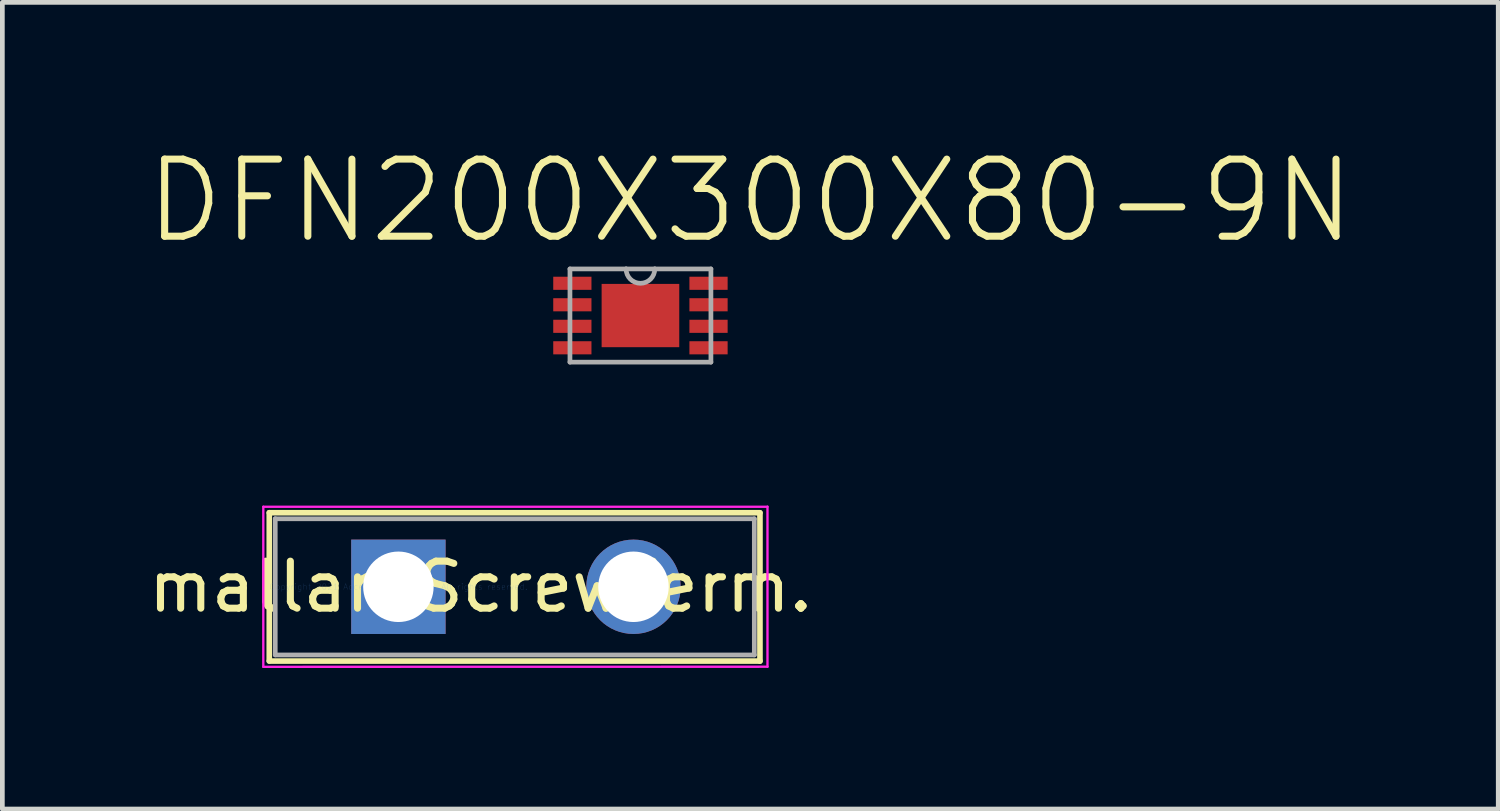
<source format=kicad_pcb>
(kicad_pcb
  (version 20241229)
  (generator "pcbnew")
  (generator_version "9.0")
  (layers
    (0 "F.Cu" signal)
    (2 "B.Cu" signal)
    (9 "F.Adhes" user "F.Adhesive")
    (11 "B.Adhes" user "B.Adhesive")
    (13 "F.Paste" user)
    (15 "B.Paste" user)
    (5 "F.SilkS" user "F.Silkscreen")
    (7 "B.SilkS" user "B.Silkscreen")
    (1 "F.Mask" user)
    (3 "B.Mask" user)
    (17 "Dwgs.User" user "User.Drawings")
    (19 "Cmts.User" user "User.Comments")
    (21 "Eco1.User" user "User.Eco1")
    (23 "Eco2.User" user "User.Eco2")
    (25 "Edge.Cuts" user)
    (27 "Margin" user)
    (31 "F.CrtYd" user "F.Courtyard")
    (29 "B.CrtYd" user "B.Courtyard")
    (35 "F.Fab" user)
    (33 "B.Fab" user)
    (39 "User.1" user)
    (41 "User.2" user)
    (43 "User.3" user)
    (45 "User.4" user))
  (footprint "DFN200X300X80-9N"
    (layer "F.Cu")
    (at 10.571 3.661)
    (property "Reference" "DFN200X300X80-9N" (at 2.337 -2.438 0) (layer "F.SilkS") (effects (font (size 1.64 1.64) (thickness 0.15))))
    (attr through_hole)
    (fp_line (start -1.499 -0.991) (end -1.499 0.991) (stroke (width 0.1) (type solid)) (layer "F.Fab"))
    (fp_line (start -1.499 0.991) (end 1.499 0.991) (stroke (width 0.1) (type solid)) (layer "F.Fab"))
    (fp_line (start -0.305 -0.991) (end -1.499 -0.991) (stroke (width 0.1) (type solid)) (layer "F.Fab"))
    (fp_line (start 0.305 -0.991) (end -0.305 -0.991) (stroke (width 0.1) (type solid)) (layer "F.Fab"))
    (fp_line (start 1.499 -0.991) (end 0.305 -0.991) (stroke (width 0.1) (type solid)) (layer "F.Fab"))
    (fp_line (start 1.499 0.991) (end 1.499 -0.991) (stroke (width 0.1) (type solid)) (layer "F.Fab"))
    (fp_arc (start 0.3048 -0.9906) (mid 0 -0.6858) (end -0.3048 -0.9906) (stroke (width 0.1) (type solid)) (layer "F.Fab"))
    (pad "1" smd rect (at -1.448 -0.686) (size 0.813 0.279) (layers "F.Cu" "F.Mask" "F.Paste"))
    (pad "2" smd rect (at -1.448 -0.229) (size 0.813 0.279) (layers "F.Cu" "F.Mask" "F.Paste"))
    (pad "3" smd rect (at -1.448 0.229) (size 0.813 0.279) (layers "F.Cu" "F.Mask" "F.Paste"))
    (pad "4" smd rect (at -1.448 0.686) (size 0.813 0.279) (layers "F.Cu" "F.Mask" "F.Paste"))
    (pad "5" smd rect (at 1.448 0.686) (size 0.813 0.279) (layers "F.Cu" "F.Mask" "F.Paste"))
    (pad "6" smd rect (at 1.448 0.229) (size 0.813 0.279) (layers "F.Cu" "F.Mask" "F.Paste"))
    (pad "7" smd rect (at 1.448 -0.229) (size 0.813 0.279) (layers "F.Cu" "F.Mask" "F.Paste"))
    (pad "8" smd rect (at 1.448 -0.686) (size 0.813 0.279) (layers "F.Cu" "F.Mask" "F.Paste"))
    (pad "9" smd rect (at 0 0) (size 1.651 1.346) (layers "F.Cu" "F.Mask" "F.Paste")))
  (footprint "mallardScrewTerm."
    (layer "F.Cu")
    (at 5.423 9.43)
    (property "Reference" "mallardScrewTerm." (at 1.75 0 0) (layer "F.SilkS") (effects (font (size 1 1) (thickness 0.15))))
    (attr through_hole)
    (fp_line (start -2.746 -1.575) (end -2.746 1.575) (stroke (width 0.12) (type solid)) (layer "F.SilkS"))
    (fp_line (start 7.69 -1.575) (end -2.746 -1.575) (stroke (width 0.12) (type solid)) (layer "F.SilkS"))
    (fp_line (start 7.69 -1.57) (end 7.69 1.58) (stroke (width 0.12) (type solid)) (layer "F.SilkS"))
    (fp_line (start 7.69 1.58) (end -2.746 1.58) (stroke (width 0.12) (type solid)) (layer "F.SilkS"))
    (fp_line (start -2.873 -1.702) (end -2.873 1.702) (stroke (width 0.05) (type solid)) (layer "F.CrtYd"))
    (fp_line (start -2.873 -1.702) (end 7.85 -1.702) (stroke (width 0.05) (type solid)) (layer "F.CrtYd"))
    (fp_line (start -2.873 1.702) (end 7.85 1.7) (stroke (width 0.05) (type solid)) (layer "F.CrtYd"))
    (fp_line (start 7.85 -1.704) (end 7.85 1.7) (stroke (width 0.05) (type solid)) (layer "F.CrtYd"))
    (fp_line (start -2.619 -1.448) (end -2.619 1.448) (stroke (width 0.1) (type solid)) (layer "F.Fab"))
    (fp_line (start 7.57 -1.446) (end -2.619 -1.446) (stroke (width 0.1) (type solid)) (layer "F.Fab"))
    (fp_line (start 7.57 -1.446) (end 7.57 1.45) (stroke (width 0.1) (type solid)) (layer "F.Fab"))
    (fp_line (start 7.57 1.45) (end -2.619 1.45) (stroke (width 0.1) (type solid)) (layer "F.Fab"))
    (fp_text user "*" (at 0 0 0) (layer "F.SilkS") (effects (font (size 1 1) (thickness 0.15))))
    (fp_text user "Copyright 2021 Accelerated Designs. All rights reserved." (at 0 0 0) (layer "Cmts.User") (effects (font (size 0.127 0.127) (thickness 0.002))))
    (fp_text user "*" (at 0 0 0) (layer "F.Fab") (effects (font (size 1 1) (thickness 0.15))))
    (pad "1" thru_hole rect (at -0.000001 0) (size 2.007 2.007) (drill 1.499) (layers "*.Cu" "*.Mask"))
    (pad "2" thru_hole circle (at 5 0) (size 2.007 2.007) (drill 1.499) (layers "*.Cu" "*.Mask")))
  (gr_rect
    (start -3 -3)
    (end 28.815 14.157)
    (stroke (width 0.1) (type default))
    (fill no)
    (layer "Edge.Cuts")))
</source>
